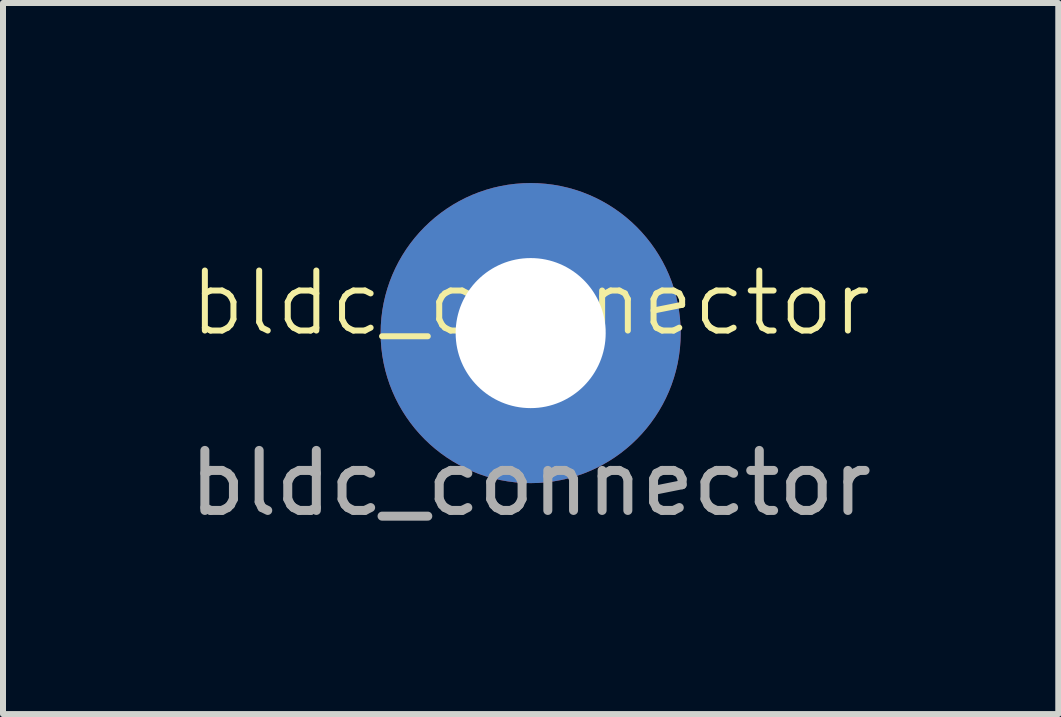
<source format=kicad_pcb>
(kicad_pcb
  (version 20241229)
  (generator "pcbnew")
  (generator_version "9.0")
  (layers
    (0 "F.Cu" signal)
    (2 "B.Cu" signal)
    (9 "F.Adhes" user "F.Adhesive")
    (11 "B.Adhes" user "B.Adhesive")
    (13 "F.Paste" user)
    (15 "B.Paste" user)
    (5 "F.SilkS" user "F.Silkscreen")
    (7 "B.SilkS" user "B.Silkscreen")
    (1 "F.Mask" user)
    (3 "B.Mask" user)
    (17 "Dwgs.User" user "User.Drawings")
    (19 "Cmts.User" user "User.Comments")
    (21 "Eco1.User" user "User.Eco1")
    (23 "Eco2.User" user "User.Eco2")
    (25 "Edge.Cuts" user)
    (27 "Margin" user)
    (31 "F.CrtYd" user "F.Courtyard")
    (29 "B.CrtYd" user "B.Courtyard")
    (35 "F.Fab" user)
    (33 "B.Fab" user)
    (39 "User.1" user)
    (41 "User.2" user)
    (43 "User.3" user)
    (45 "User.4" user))
  (footprint "bldc_connector"
    (layer "F.Cu")
    (at 5.792 2.5)
    (property "Reference" "bldc_connector" (at 0 -0.5 0) (unlocked yes) (layer "F.SilkS") (effects (font (size 1 1) (thickness 0.1))))
    (attr through_hole)
    (fp_text user "${REFERENCE}" (at 0 2.5 0) (unlocked yes) (layer "F.Fab") (effects (font (size 1 1) (thickness 0.15))))
    (pad "1" thru_hole circle (at 0 0) (size 5 5) (drill 2.5) (layers "*.Cu" "*.Mask")))
  (gr_rect
    (start -3 -3)
    (end 14.583 8.848)
    (stroke (width 0.1) (type default))
    (fill no)
    (layer "Edge.Cuts")))
</source>
